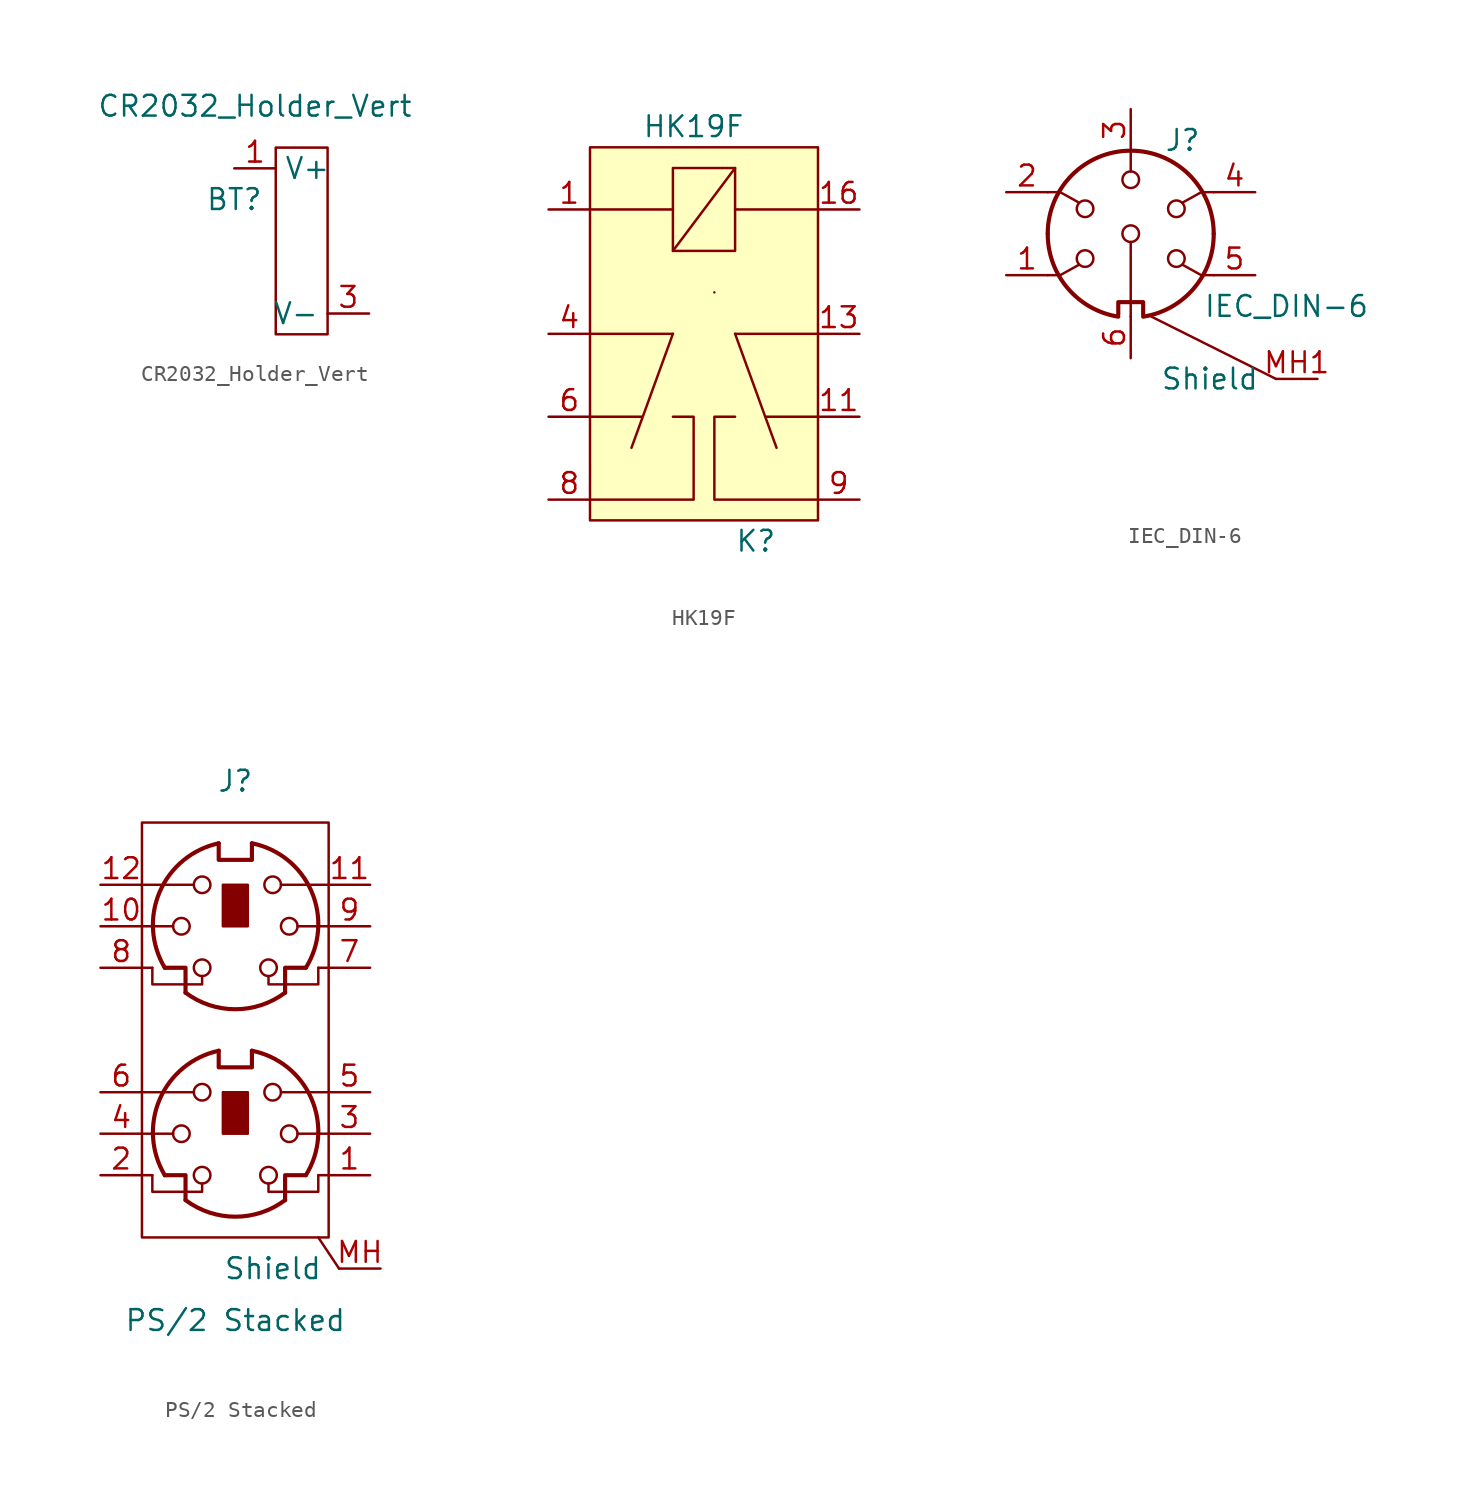
<source format=kicad_sym>
(kicad_symbol_lib
  (version 20231120)
  (generator "kicad_symbol_editor")
  (generator_version "8.0")
  (symbol "CR2032_Holder_Vert"
    (property "Reference" "BT"
      (at 0 0 0)
      (effects (font (size 1.27 1.27))))
    (property "Value" "CR2032_Holder_Vert"
      (at 1.27 5.715 0)
      (effects (font (size 1.27 1.27))))
    (symbol "CR2032_Holder_Vert_0_1"
      (rectangle (start 2.54 3.175) (end 5.715 -8.255) (stroke (width 0) (type default)) (fill (type none))))
    (symbol "CR2032_Holder_Vert_1_1"
      (pin passive line (at 0 1.905 0) (length 2.54) (name "V+" (effects (font (size 1.27 1.27)))) (number "1" (effects (font (size 1.27 1.27)))))
      (pin passive line (at 0 1.905 0) (length 2.54) hide (name "V+" (effects (font (size 1.27 1.27)))) (number "2" (effects (font (size 1.27 1.27)))))
      (pin passive line (at 8.255 -6.985 180) (length 2.54) (name "V-" (effects (font (size 1.27 1.27)))) (number "3" (effects (font (size 1.27 1.27)))))))
  (symbol "HK19F"
    (property "Reference" "K"
      (at 10.16 -24.13 0)
      (effects (font (size 1.27 1.27))))
    (property "Value" "HK19F"
      (at 6.35 1.27 0)
      (effects (font (size 1.27 1.27))))
    (symbol "HK19F_0_1"
      (polyline (pts (xy 0 -16.51) (xy 3.175 -16.51)) (stroke (width 0) (type default)) (fill (type none)))
      (polyline (pts (xy 0 -11.43) (xy 5.08 -11.43)) (stroke (width 0) (type default)) (fill (type none)))
      (polyline (pts (xy 5.08 -11.43) (xy 2.54 -18.415)) (stroke (width 0) (type default)) (fill (type none)))
      (polyline (pts (xy 5.08 -6.35) (xy 8.89 -1.27)) (stroke (width 0) (type default)) (fill (type none)))
      (polyline (pts (xy 5.08 -3.81) (xy 0 -3.81)) (stroke (width 0) (type default)) (fill (type none)))
      (polyline (pts (xy 7.62 -8.89) (xy 7.62 -8.89)) (stroke (width 0) (type default)) (fill (type none)))
      (polyline (pts (xy 8.89 -11.43) (xy 11.43 -18.415)) (stroke (width 0) (type default)) (fill (type none)))
      (polyline (pts (xy 8.89 -3.81) (xy 13.97 -3.81)) (stroke (width 0) (type default)) (fill (type none)))
      (polyline (pts (xy 13.97 -16.51) (xy 10.795 -16.51)) (stroke (width 0) (type default)) (fill (type none)))
      (polyline (pts (xy 13.97 -11.43) (xy 8.89 -11.43)) (stroke (width 0) (type default)) (fill (type none)))
      (polyline (pts (xy 0 -21.59) (xy 6.35 -21.59) (xy 6.35 -16.51) (xy 5.08 -16.51)) (stroke (width 0) (type default)) (fill (type none)))
      (polyline (pts (xy 8.89 -16.51) (xy 7.62 -16.51) (xy 7.62 -21.59) (xy 13.97 -21.59)) (stroke (width 0) (type default)) (fill (type none)))
      (rectangle (start 0 0) (end 13.97 -22.86) (stroke (width 0) (type default)) (fill (type background)))
      (rectangle (start 5.08 -1.27) (end 8.89 -6.35) (stroke (width 0) (type default)) (fill (type none))))
    (symbol "HK19F_1_1"
      (pin input line (at -2.54 -3.81 0) (length 2.54) (name "" (effects (font (size 1.27 1.27)))) (number "1" (effects (font (size 1.27 1.27)))))
      (pin passive line (at 16.51 -16.51 180) (length 2.54) (name "" (effects (font (size 1.27 1.27)))) (number "11" (effects (font (size 1.27 1.27)))))
      (pin passive line (at 16.51 -11.43 180) (length 2.54) (name "" (effects (font (size 1.27 1.27)))) (number "13" (effects (font (size 1.27 1.27)))))
      (pin input line (at 16.51 -3.81 180) (length 2.54) (name "" (effects (font (size 1.27 1.27)))) (number "16" (effects (font (size 1.27 1.27)))))
      (pin passive line (at -2.54 -11.43 0) (length 2.54) (name "" (effects (font (size 1.27 1.27)))) (number "4" (effects (font (size 1.27 1.27)))))
      (pin passive line (at -2.54 -16.51 0) (length 2.54) (name "" (effects (font (size 1.27 1.27)))) (number "6" (effects (font (size 1.27 1.27)))))
      (pin passive line (at -2.54 -21.59 0) (length 2.54) (name "" (effects (font (size 1.27 1.27)))) (number "8" (effects (font (size 1.27 1.27)))))
      (pin passive line (at 16.51 -21.59 180) (length 2.54) (name "" (effects (font (size 1.27 1.27)))) (number "9" (effects (font (size 1.27 1.27)))))))
  (symbol "IEC_DIN-6"
    (pin_names
      (offset 1.016))
    (property "Reference" "J"
      (at 3.175 5.715 0)
      (effects (font (size 1.27 1.27))))
    (property "Value" "IEC_DIN-6"
      (at 4.445 -4.445 0)
      (effects (font (size 1.27 1.27)) (justify left)))
    (symbol "IEC_DIN-6_0_1"
      (arc (start -5.08 0) (mid -3.8597 -3.3379) (end -0.762 -5.08) (stroke (width 0.254) (type default)) (fill (type none)))
      (circle (center -2.794 -1.524) (radius 0.508) (stroke (width 0) (type default)) (fill (type none)))
      (circle (center -2.794 1.524) (radius 0.508) (stroke (width 0) (type default)) (fill (type none)))
      (polyline (pts (xy 0 -5.08) (xy 0 -0.508)) (stroke (width 0) (type default)) (fill (type none)))
      (polyline (pts (xy 0 5.08) (xy 0 3.81)) (stroke (width 0) (type default)) (fill (type none)))
      (polyline (pts (xy 8.89 -8.89) (xy 1.27 -5.08)) (stroke (width 0) (type default)) (fill (type none)))
      (polyline (pts (xy -5.08 -2.54) (xy -4.318 -2.54) (xy -3.175 -1.905)) (stroke (width 0) (type default)) (fill (type none)))
      (polyline (pts (xy -5.08 2.54) (xy -4.318 2.54) (xy -3.175 1.905)) (stroke (width 0) (type default)) (fill (type none)))
      (polyline (pts (xy 5.08 -2.54) (xy 4.318 -2.54) (xy 3.175 -1.905)) (stroke (width 0) (type default)) (fill (type none)))
      (polyline (pts (xy 5.08 2.54) (xy 4.318 2.54) (xy 3.175 1.905)) (stroke (width 0) (type default)) (fill (type none)))
      (polyline (pts (xy -0.762 -4.953) (xy -0.762 -4.191) (xy 0.762 -4.191) (xy 0.762 -4.953)) (stroke (width 0.254) (type default)) (fill (type none)))
      (circle (center 0 0) (radius 0.508) (stroke (width 0) (type default)) (fill (type none)))
      (circle (center 0 3.302) (radius 0.508) (stroke (width 0) (type default)) (fill (type none)))
      (arc (start 0.762 -5.08) (mid 3.8673 -3.3444) (end 5.08 0) (stroke (width 0.254) (type default)) (fill (type none)))
      (circle (center 2.794 -1.524) (radius 0.508) (stroke (width 0) (type default)) (fill (type none)))
      (circle (center 2.794 1.524) (radius 0.508) (stroke (width 0) (type default)) (fill (type none)))
      (arc (start 5.08 0) (mid 0 5.0579) (end -5.08 0) (stroke (width 0.254) (type default)) (fill (type none))))
    (symbol "IEC_DIN-6_1_1"
      (pin passive line (at -7.62 -2.54 0) (length 2.54) (name "~" (effects (font (size 1.27 1.27)))) (number "1" (effects (font (size 1.27 1.27)))))
      (pin passive line (at -7.62 2.54 0) (length 2.54) (name "~" (effects (font (size 1.27 1.27)))) (number "2" (effects (font (size 1.27 1.27)))))
      (pin passive line (at 0 7.62 270) (length 2.54) (name "~" (effects (font (size 1.27 1.27)))) (number "3" (effects (font (size 1.27 1.27)))))
      (pin passive line (at 7.62 2.54 180) (length 2.54) (name "~" (effects (font (size 1.27 1.27)))) (number "4" (effects (font (size 1.27 1.27)))))
      (pin passive line (at 7.62 -2.54 180) (length 2.54) (name "~" (effects (font (size 1.27 1.27)))) (number "5" (effects (font (size 1.27 1.27)))))
      (pin passive line (at 0 -7.62 90) (length 2.54) (name "~" (effects (font (size 1.27 1.27)))) (number "6" (effects (font (size 1.27 1.27)))))
      (pin no_connect line (at 8.89 -15.24 180) (length 2.54) hide (name "NC" (effects (font (size 1.27 1.27)))) (number "7" (effects (font (size 1.27 1.27)))))
      (pin no_connect line (at 8.89 -12.7 180) (length 2.54) hide (name "NC" (effects (font (size 1.27 1.27)))) (number "8" (effects (font (size 1.27 1.27)))))
      (pin passive line (at 11.43 -8.89 180) (length 2.54) (name "Shield" (effects (font (size 1.27 1.27)))) (number "MH1" (effects (font (size 1.27 1.27)))))
      (pin passive line (at 11.43 -8.89 180) (length 2.54) hide (name "~" (effects (font (size 1.27 1.27)))) (number "MH2" (effects (font (size 1.27 1.27)))))))
  (symbol "PS/2 Stacked"
    (pin_names
      (offset 1.016))
    (property "Reference" "J"
      (at 0 8.89 0)
      (effects (font (size 1.27 1.27))))
    (property "Value" "PS{slash}2 Stacked"
      (at 0 -24.13 0)
      (effects (font (size 1.27 1.27))))
    (symbol "PS/2 Stacked_0_1"
      (rectangle (start -5.715 6.35) (end 5.715 -19.05) (stroke (width 0) (type default)) (fill (type none)))
      (circle (center -3.302 -12.7) (radius 0.508) (stroke (width 0) (type default)) (fill (type none)))
      (circle (center -3.302 0) (radius 0.508) (stroke (width 0) (type default)) (fill (type none)))
      (arc (start -3.048 -16.764) (mid 0 -17.78) (end 3.048 -16.764) (stroke (width 0.254) (type default)) (fill (type none)))
      (arc (start -3.048 -4.064) (mid 0 -5.08) (end 3.048 -4.064) (stroke (width 0.254) (type default)) (fill (type none)))
      (circle (center -2.032 -15.24) (radius 0.508) (stroke (width 0) (type default)) (fill (type none)))
      (circle (center -2.032 -10.16) (radius 0.508) (stroke (width 0) (type default)) (fill (type none)))
      (circle (center -2.032 -2.54) (radius 0.508) (stroke (width 0) (type default)) (fill (type none)))
      (circle (center -2.032 2.54) (radius 0.508) (stroke (width 0) (type default)) (fill (type none)))
      (arc (start -1.016 -7.62) (mid -4.6241 -10.5819) (end -4.318 -15.24) (stroke (width 0.254) (type default)) (fill (type none)))
      (arc (start -1.016 5.08) (mid -4.6243 2.1182) (end -4.318 -2.54) (stroke (width 0.254) (type default)) (fill (type none)))
      (rectangle (start -0.762 -10.16) (end 0.762 -12.7) (stroke (width 0) (type default)) (fill (type outline)))
      (rectangle (start -0.762 2.54) (end 0.762 0) (stroke (width 0) (type default)) (fill (type outline)))
      (polyline (pts (xy -5.08 -15.24) (xy -5.715 -15.24)) (stroke (width 0) (type default)) (fill (type none)))
      (polyline (pts (xy -5.08 -2.54) (xy -5.715 -2.54)) (stroke (width 0) (type default)) (fill (type none)))
      (polyline (pts (xy -3.81 -12.7) (xy -5.715 -12.7)) (stroke (width 0) (type default)) (fill (type none)))
      (polyline (pts (xy -3.81 0) (xy -5.715 0)) (stroke (width 0) (type default)) (fill (type none)))
      (polyline (pts (xy -2.54 -10.16) (xy -5.715 -10.16)) (stroke (width 0) (type default)) (fill (type none)))
      (polyline (pts (xy -2.54 2.54) (xy -5.715 2.54)) (stroke (width 0) (type default)) (fill (type none)))
      (polyline (pts (xy 2.794 -10.16) (xy 5.715 -10.16)) (stroke (width 0) (type default)) (fill (type none)))
      (polyline (pts (xy 2.794 2.54) (xy 5.715 2.54)) (stroke (width 0) (type default)) (fill (type none)))
      (polyline (pts (xy 5.08 -15.24) (xy 5.715 -15.24)) (stroke (width 0) (type default)) (fill (type none)))
      (polyline (pts (xy 5.08 -2.54) (xy 5.715 -2.54)) (stroke (width 0) (type default)) (fill (type none)))
      (polyline (pts (xy 5.715 -12.7) (xy 3.81 -12.7)) (stroke (width 0) (type default)) (fill (type none)))
      (polyline (pts (xy 5.715 0) (xy 3.81 0)) (stroke (width 0) (type default)) (fill (type none)))
      (polyline (pts (xy 6.35 -20.955) (xy 5.08 -19.05)) (stroke (width 0) (type default)) (fill (type none)))
      (polyline (pts (xy -4.318 -15.24) (xy -3.048 -15.24) (xy -3.048 -16.764)) (stroke (width 0.254) (type default)) (fill (type none)))
      (polyline (pts (xy -4.318 -2.54) (xy -3.048 -2.54) (xy -3.048 -4.064)) (stroke (width 0.254) (type default)) (fill (type none)))
      (polyline (pts (xy 4.318 -15.24) (xy 3.048 -15.24) (xy 3.048 -16.764)) (stroke (width 0.254) (type default)) (fill (type none)))
      (polyline (pts (xy 4.318 -2.54) (xy 3.048 -2.54) (xy 3.048 -4.064)) (stroke (width 0.254) (type default)) (fill (type none)))
      (polyline (pts (xy -2.032 -15.748) (xy -2.032 -16.256) (xy -5.08 -16.256) (xy -5.08 -15.24)) (stroke (width 0) (type default)) (fill (type none)))
      (polyline (pts (xy -2.032 -3.048) (xy -2.032 -3.556) (xy -5.08 -3.556) (xy -5.08 -2.54)) (stroke (width 0) (type default)) (fill (type none)))
      (polyline (pts (xy -1.016 -7.62) (xy -1.016 -8.636) (xy 1.016 -8.636) (xy 1.016 -7.62)) (stroke (width 0.254) (type default)) (fill (type none)))
      (polyline (pts (xy -1.016 5.08) (xy -1.016 4.064) (xy 1.016 4.064) (xy 1.016 5.08)) (stroke (width 0.254) (type default)) (fill (type none)))
      (polyline (pts (xy 2.032 -15.748) (xy 2.032 -16.256) (xy 5.08 -16.256) (xy 5.08 -15.24)) (stroke (width 0) (type default)) (fill (type none)))
      (polyline (pts (xy 2.032 -3.048) (xy 2.032 -3.556) (xy 5.08 -3.556) (xy 5.08 -2.54)) (stroke (width 0) (type default)) (fill (type none)))
      (circle (center 2.032 -15.24) (radius 0.508) (stroke (width 0) (type default)) (fill (type none)))
      (circle (center 2.032 -2.54) (radius 0.508) (stroke (width 0) (type default)) (fill (type none)))
      (circle (center 2.286 -10.16) (radius 0.508) (stroke (width 0) (type default)) (fill (type none)))
      (circle (center 2.286 2.54) (radius 0.508) (stroke (width 0) (type default)) (fill (type none)))
      (circle (center 3.302 -12.7) (radius 0.508) (stroke (width 0) (type default)) (fill (type none)))
      (circle (center 3.302 0) (radius 0.508) (stroke (width 0) (type default)) (fill (type none)))
      (arc (start 4.318 -15.24) (mid 4.6646 -10.5643) (end 1.016 -7.62) (stroke (width 0.254) (type default)) (fill (type none)))
      (arc (start 4.318 -2.54) (mid 4.6646 2.1357) (end 1.016 5.08) (stroke (width 0.254) (type default)) (fill (type none))))
    (symbol "PS/2 Stacked_1_1"
      (pin passive line (at 8.255 -15.24 180) (length 2.54) (name "~" (effects (font (size 1.27 1.27)))) (number "1" (effects (font (size 1.27 1.27)))))
      (pin passive line (at -8.255 0 0) (length 2.54) (name "~" (effects (font (size 1.27 1.27)))) (number "10" (effects (font (size 1.27 1.27)))))
      (pin passive line (at 8.255 2.54 180) (length 2.54) (name "~" (effects (font (size 1.27 1.27)))) (number "11" (effects (font (size 1.27 1.27)))))
      (pin passive line (at -8.255 2.54 0) (length 2.54) (name "~" (effects (font (size 1.27 1.27)))) (number "12" (effects (font (size 1.27 1.27)))))
      (pin passive line (at -8.255 -15.24 0) (length 2.54) (name "~" (effects (font (size 1.27 1.27)))) (number "2" (effects (font (size 1.27 1.27)))))
      (pin passive line (at 8.255 -12.7 180) (length 2.54) (name "~" (effects (font (size 1.27 1.27)))) (number "3" (effects (font (size 1.27 1.27)))))
      (pin passive line (at -8.255 -12.7 0) (length 2.54) (name "~" (effects (font (size 1.27 1.27)))) (number "4" (effects (font (size 1.27 1.27)))))
      (pin passive line (at 8.255 -10.16 180) (length 2.54) (name "~" (effects (font (size 1.27 1.27)))) (number "5" (effects (font (size 1.27 1.27)))))
      (pin passive line (at -8.255 -10.16 0) (length 2.54) (name "~" (effects (font (size 1.27 1.27)))) (number "6" (effects (font (size 1.27 1.27)))))
      (pin passive line (at 8.255 -2.54 180) (length 2.54) (name "~" (effects (font (size 1.27 1.27)))) (number "7" (effects (font (size 1.27 1.27)))))
      (pin passive line (at -8.255 -2.54 0) (length 2.54) (name "~" (effects (font (size 1.27 1.27)))) (number "8" (effects (font (size 1.27 1.27)))))
      (pin passive line (at 8.255 0 180) (length 2.54) (name "~" (effects (font (size 1.27 1.27)))) (number "9" (effects (font (size 1.27 1.27)))))
      (pin passive line (at 8.89 -20.955 180) (length 2.54) (name "Shield" (effects (font (size 1.27 1.27)))) (number "MH" (effects (font (size 1.27 1.27))))))))
</source>
